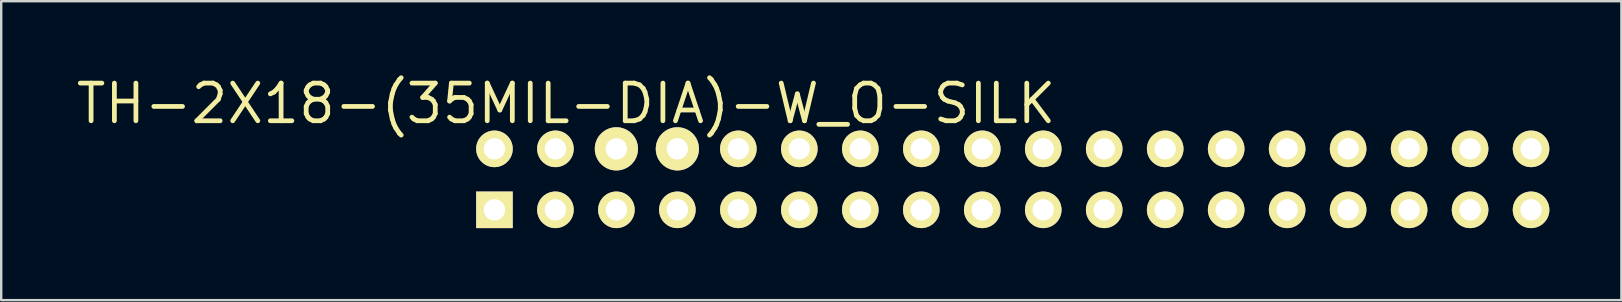
<source format=kicad_pcb>
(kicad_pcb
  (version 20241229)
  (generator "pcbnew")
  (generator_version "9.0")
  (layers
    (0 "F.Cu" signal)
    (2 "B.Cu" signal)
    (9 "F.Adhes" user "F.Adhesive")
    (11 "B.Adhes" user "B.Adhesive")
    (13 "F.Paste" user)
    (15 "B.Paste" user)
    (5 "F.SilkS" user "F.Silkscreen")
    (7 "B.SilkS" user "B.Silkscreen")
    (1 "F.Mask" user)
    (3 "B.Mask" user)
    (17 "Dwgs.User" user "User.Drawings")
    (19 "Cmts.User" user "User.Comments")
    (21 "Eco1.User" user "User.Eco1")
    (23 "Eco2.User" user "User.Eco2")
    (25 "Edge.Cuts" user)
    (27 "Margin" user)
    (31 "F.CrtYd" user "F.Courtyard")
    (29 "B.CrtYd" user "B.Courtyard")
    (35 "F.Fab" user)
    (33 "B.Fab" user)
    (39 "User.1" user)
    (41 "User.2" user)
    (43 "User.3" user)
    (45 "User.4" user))
  (footprint "TH-2X18-(35MIL-DIA)-W_O-SILK"
    (layer "F.Cu")
    (at 39.136 4.42)
    (property "Reference" "TH-2X18-(35MIL-DIA)-W_O-SILK" (at -18.605 -3.155 180) (layer "F.SilkS") (effects (font (size 1.568 1.568) (thickness 0.198))))
    (attr exclude_from_pos_files exclude_from_bom)
    (fp_line (start -21.844 -1.524) (end -21.336 -1.524) (stroke (width 0.066) (type solid)) (layer "Dwgs.User"))
    (fp_line (start -21.844 -1.016) (end -21.844 -1.524) (stroke (width 0.066) (type solid)) (layer "Dwgs.User"))
    (fp_line (start -21.844 -1.016) (end -21.336 -1.016) (stroke (width 0.066) (type solid)) (layer "Dwgs.User"))
    (fp_line (start -21.844 1.016) (end -21.336 1.016) (stroke (width 0.066) (type solid)) (layer "Dwgs.User"))
    (fp_line (start -21.844 1.524) (end -21.844 1.016) (stroke (width 0.066) (type solid)) (layer "Dwgs.User"))
    (fp_line (start -21.844 1.524) (end -21.336 1.524) (stroke (width 0.066) (type solid)) (layer "Dwgs.User"))
    (fp_line (start -21.336 -1.016) (end -21.336 -1.524) (stroke (width 0.066) (type solid)) (layer "Dwgs.User"))
    (fp_line (start -21.336 1.524) (end -21.336 1.016) (stroke (width 0.066) (type solid)) (layer "Dwgs.User"))
    (fp_line (start -19.304 -1.524) (end -18.796 -1.524) (stroke (width 0.066) (type solid)) (layer "Dwgs.User"))
    (fp_line (start -19.304 -1.016) (end -19.304 -1.524) (stroke (width 0.066) (type solid)) (layer "Dwgs.User"))
    (fp_line (start -19.304 -1.016) (end -18.796 -1.016) (stroke (width 0.066) (type solid)) (layer "Dwgs.User"))
    (fp_line (start -19.304 1.016) (end -18.796 1.016) (stroke (width 0.066) (type solid)) (layer "Dwgs.User"))
    (fp_line (start -19.304 1.524) (end -19.304 1.016) (stroke (width 0.066) (type solid)) (layer "Dwgs.User"))
    (fp_line (start -19.304 1.524) (end -18.796 1.524) (stroke (width 0.066) (type solid)) (layer "Dwgs.User"))
    (fp_line (start -18.796 -1.016) (end -18.796 -1.524) (stroke (width 0.066) (type solid)) (layer "Dwgs.User"))
    (fp_line (start -18.796 1.524) (end -18.796 1.016) (stroke (width 0.066) (type solid)) (layer "Dwgs.User"))
    (fp_line (start -16.764 -1.524) (end -16.256 -1.524) (stroke (width 0.066) (type solid)) (layer "Dwgs.User"))
    (fp_line (start -16.764 -1.016) (end -16.764 -1.524) (stroke (width 0.066) (type solid)) (layer "Dwgs.User"))
    (fp_line (start -16.764 -1.016) (end -16.256 -1.016) (stroke (width 0.066) (type solid)) (layer "Dwgs.User"))
    (fp_line (start -16.764 1.016) (end -16.256 1.016) (stroke (width 0.066) (type solid)) (layer "Dwgs.User"))
    (fp_line (start -16.764 1.524) (end -16.764 1.016) (stroke (width 0.066) (type solid)) (layer "Dwgs.User"))
    (fp_line (start -16.764 1.524) (end -16.256 1.524) (stroke (width 0.066) (type solid)) (layer "Dwgs.User"))
    (fp_line (start -16.256 -1.016) (end -16.256 -1.524) (stroke (width 0.066) (type solid)) (layer "Dwgs.User"))
    (fp_line (start -16.256 1.524) (end -16.256 1.016) (stroke (width 0.066) (type solid)) (layer "Dwgs.User"))
    (fp_line (start -14.224 -1.524) (end -13.716 -1.524) (stroke (width 0.066) (type solid)) (layer "Dwgs.User"))
    (fp_line (start -14.224 -1.016) (end -14.224 -1.524) (stroke (width 0.066) (type solid)) (layer "Dwgs.User"))
    (fp_line (start -14.224 -1.016) (end -13.716 -1.016) (stroke (width 0.066) (type solid)) (layer "Dwgs.User"))
    (fp_line (start -14.224 1.016) (end -13.716 1.016) (stroke (width 0.066) (type solid)) (layer "Dwgs.User"))
    (fp_line (start -14.224 1.524) (end -14.224 1.016) (stroke (width 0.066) (type solid)) (layer "Dwgs.User"))
    (fp_line (start -14.224 1.524) (end -13.716 1.524) (stroke (width 0.066) (type solid)) (layer "Dwgs.User"))
    (fp_line (start -13.716 -1.016) (end -13.716 -1.524) (stroke (width 0.066) (type solid)) (layer "Dwgs.User"))
    (fp_line (start -13.716 1.524) (end -13.716 1.016) (stroke (width 0.066) (type solid)) (layer "Dwgs.User"))
    (fp_line (start -11.684 -1.524) (end -11.176 -1.524) (stroke (width 0.066) (type solid)) (layer "Dwgs.User"))
    (fp_line (start -11.684 -1.016) (end -11.684 -1.524) (stroke (width 0.066) (type solid)) (layer "Dwgs.User"))
    (fp_line (start -11.684 -1.016) (end -11.176 -1.016) (stroke (width 0.066) (type solid)) (layer "Dwgs.User"))
    (fp_line (start -11.684 1.016) (end -11.176 1.016) (stroke (width 0.066) (type solid)) (layer "Dwgs.User"))
    (fp_line (start -11.684 1.524) (end -11.684 1.016) (stroke (width 0.066) (type solid)) (layer "Dwgs.User"))
    (fp_line (start -11.684 1.524) (end -11.176 1.524) (stroke (width 0.066) (type solid)) (layer "Dwgs.User"))
    (fp_line (start -11.176 -1.016) (end -11.176 -1.524) (stroke (width 0.066) (type solid)) (layer "Dwgs.User"))
    (fp_line (start -11.176 1.524) (end -11.176 1.016) (stroke (width 0.066) (type solid)) (layer "Dwgs.User"))
    (fp_line (start -9.144 -1.524) (end -8.636 -1.524) (stroke (width 0.066) (type solid)) (layer "Dwgs.User"))
    (fp_line (start -9.144 -1.016) (end -9.144 -1.524) (stroke (width 0.066) (type solid)) (layer "Dwgs.User"))
    (fp_line (start -9.144 -1.016) (end -8.636 -1.016) (stroke (width 0.066) (type solid)) (layer "Dwgs.User"))
    (fp_line (start -9.144 1.016) (end -8.636 1.016) (stroke (width 0.066) (type solid)) (layer "Dwgs.User"))
    (fp_line (start -9.144 1.524) (end -9.144 1.016) (stroke (width 0.066) (type solid)) (layer "Dwgs.User"))
    (fp_line (start -9.144 1.524) (end -8.636 1.524) (stroke (width 0.066) (type solid)) (layer "Dwgs.User"))
    (fp_line (start -8.636 -1.016) (end -8.636 -1.524) (stroke (width 0.066) (type solid)) (layer "Dwgs.User"))
    (fp_line (start -8.636 1.524) (end -8.636 1.016) (stroke (width 0.066) (type solid)) (layer "Dwgs.User"))
    (fp_line (start -6.604 -1.524) (end -6.096 -1.524) (stroke (width 0.066) (type solid)) (layer "Dwgs.User"))
    (fp_line (start -6.604 -1.016) (end -6.604 -1.524) (stroke (width 0.066) (type solid)) (layer "Dwgs.User"))
    (fp_line (start -6.604 -1.016) (end -6.096 -1.016) (stroke (width 0.066) (type solid)) (layer "Dwgs.User"))
    (fp_line (start -6.604 1.016) (end -6.096 1.016) (stroke (width 0.066) (type solid)) (layer "Dwgs.User"))
    (fp_line (start -6.604 1.524) (end -6.604 1.016) (stroke (width 0.066) (type solid)) (layer "Dwgs.User"))
    (fp_line (start -6.604 1.524) (end -6.096 1.524) (stroke (width 0.066) (type solid)) (layer "Dwgs.User"))
    (fp_line (start -6.096 -1.016) (end -6.096 -1.524) (stroke (width 0.066) (type solid)) (layer "Dwgs.User"))
    (fp_line (start -6.096 1.524) (end -6.096 1.016) (stroke (width 0.066) (type solid)) (layer "Dwgs.User"))
    (fp_line (start -4.064 -1.524) (end -3.556 -1.524) (stroke (width 0.066) (type solid)) (layer "Dwgs.User"))
    (fp_line (start -4.064 -1.016) (end -4.064 -1.524) (stroke (width 0.066) (type solid)) (layer "Dwgs.User"))
    (fp_line (start -4.064 -1.016) (end -3.556 -1.016) (stroke (width 0.066) (type solid)) (layer "Dwgs.User"))
    (fp_line (start -4.064 1.016) (end -3.556 1.016) (stroke (width 0.066) (type solid)) (layer "Dwgs.User"))
    (fp_line (start -4.064 1.524) (end -4.064 1.016) (stroke (width 0.066) (type solid)) (layer "Dwgs.User"))
    (fp_line (start -4.064 1.524) (end -3.556 1.524) (stroke (width 0.066) (type solid)) (layer "Dwgs.User"))
    (fp_line (start -3.556 -1.016) (end -3.556 -1.524) (stroke (width 0.066) (type solid)) (layer "Dwgs.User"))
    (fp_line (start -3.556 1.524) (end -3.556 1.016) (stroke (width 0.066) (type solid)) (layer "Dwgs.User"))
    (fp_line (start -1.524 -1.524) (end -1.016 -1.524) (stroke (width 0.066) (type solid)) (layer "Dwgs.User"))
    (fp_line (start -1.524 -1.016) (end -1.524 -1.524) (stroke (width 0.066) (type solid)) (layer "Dwgs.User"))
    (fp_line (start -1.524 -1.016) (end -1.016 -1.016) (stroke (width 0.066) (type solid)) (layer "Dwgs.User"))
    (fp_line (start -1.524 1.016) (end -1.016 1.016) (stroke (width 0.066) (type solid)) (layer "Dwgs.User"))
    (fp_line (start -1.524 1.524) (end -1.524 1.016) (stroke (width 0.066) (type solid)) (layer "Dwgs.User"))
    (fp_line (start -1.524 1.524) (end -1.016 1.524) (stroke (width 0.066) (type solid)) (layer "Dwgs.User"))
    (fp_line (start -1.016 -1.016) (end -1.016 -1.524) (stroke (width 0.066) (type solid)) (layer "Dwgs.User"))
    (fp_line (start -1.016 1.524) (end -1.016 1.016) (stroke (width 0.066) (type solid)) (layer "Dwgs.User"))
    (fp_line (start 1.016 -1.524) (end 1.524 -1.524) (stroke (width 0.066) (type solid)) (layer "Dwgs.User"))
    (fp_line (start 1.016 -1.016) (end 1.016 -1.524) (stroke (width 0.066) (type solid)) (layer "Dwgs.User"))
    (fp_line (start 1.016 -1.016) (end 1.524 -1.016) (stroke (width 0.066) (type solid)) (layer "Dwgs.User"))
    (fp_line (start 1.016 1.016) (end 1.524 1.016) (stroke (width 0.066) (type solid)) (layer "Dwgs.User"))
    (fp_line (start 1.016 1.524) (end 1.016 1.016) (stroke (width 0.066) (type solid)) (layer "Dwgs.User"))
    (fp_line (start 1.016 1.524) (end 1.524 1.524) (stroke (width 0.066) (type solid)) (layer "Dwgs.User"))
    (fp_line (start 1.524 -1.016) (end 1.524 -1.524) (stroke (width 0.066) (type solid)) (layer "Dwgs.User"))
    (fp_line (start 1.524 1.524) (end 1.524 1.016) (stroke (width 0.066) (type solid)) (layer "Dwgs.User"))
    (fp_line (start 3.556 -1.524) (end 4.064 -1.524) (stroke (width 0.066) (type solid)) (layer "Dwgs.User"))
    (fp_line (start 3.556 -1.016) (end 3.556 -1.524) (stroke (width 0.066) (type solid)) (layer "Dwgs.User"))
    (fp_line (start 3.556 -1.016) (end 4.064 -1.016) (stroke (width 0.066) (type solid)) (layer "Dwgs.User"))
    (fp_line (start 3.556 1.016) (end 4.064 1.016) (stroke (width 0.066) (type solid)) (layer "Dwgs.User"))
    (fp_line (start 3.556 1.524) (end 3.556 1.016) (stroke (width 0.066) (type solid)) (layer "Dwgs.User"))
    (fp_line (start 3.556 1.524) (end 4.064 1.524) (stroke (width 0.066) (type solid)) (layer "Dwgs.User"))
    (fp_line (start 4.064 -1.016) (end 4.064 -1.524) (stroke (width 0.066) (type solid)) (layer "Dwgs.User"))
    (fp_line (start 4.064 1.524) (end 4.064 1.016) (stroke (width 0.066) (type solid)) (layer "Dwgs.User"))
    (fp_line (start 6.096 -1.524) (end 6.604 -1.524) (stroke (width 0.066) (type solid)) (layer "Dwgs.User"))
    (fp_line (start 6.096 -1.016) (end 6.096 -1.524) (stroke (width 0.066) (type solid)) (layer "Dwgs.User"))
    (fp_line (start 6.096 -1.016) (end 6.604 -1.016) (stroke (width 0.066) (type solid)) (layer "Dwgs.User"))
    (fp_line (start 6.096 1.016) (end 6.604 1.016) (stroke (width 0.066) (type solid)) (layer "Dwgs.User"))
    (fp_line (start 6.096 1.524) (end 6.096 1.016) (stroke (width 0.066) (type solid)) (layer "Dwgs.User"))
    (fp_line (start 6.096 1.524) (end 6.604 1.524) (stroke (width 0.066) (type solid)) (layer "Dwgs.User"))
    (fp_line (start 6.604 -1.016) (end 6.604 -1.524) (stroke (width 0.066) (type solid)) (layer "Dwgs.User"))
    (fp_line (start 6.604 1.524) (end 6.604 1.016) (stroke (width 0.066) (type solid)) (layer "Dwgs.User"))
    (fp_line (start 8.636 -1.524) (end 9.144 -1.524) (stroke (width 0.066) (type solid)) (layer "Dwgs.User"))
    (fp_line (start 8.636 -1.016) (end 8.636 -1.524) (stroke (width 0.066) (type solid)) (layer "Dwgs.User"))
    (fp_line (start 8.636 -1.016) (end 9.144 -1.016) (stroke (width 0.066) (type solid)) (layer "Dwgs.User"))
    (fp_line (start 8.636 1.016) (end 9.144 1.016) (stroke (width 0.066) (type solid)) (layer "Dwgs.User"))
    (fp_line (start 8.636 1.524) (end 8.636 1.016) (stroke (width 0.066) (type solid)) (layer "Dwgs.User"))
    (fp_line (start 8.636 1.524) (end 9.144 1.524) (stroke (width 0.066) (type solid)) (layer "Dwgs.User"))
    (fp_line (start 9.144 -1.016) (end 9.144 -1.524) (stroke (width 0.066) (type solid)) (layer "Dwgs.User"))
    (fp_line (start 9.144 1.524) (end 9.144 1.016) (stroke (width 0.066) (type solid)) (layer "Dwgs.User"))
    (fp_line (start 11.176 -1.524) (end 11.684 -1.524) (stroke (width 0.066) (type solid)) (layer "Dwgs.User"))
    (fp_line (start 11.176 -1.016) (end 11.176 -1.524) (stroke (width 0.066) (type solid)) (layer "Dwgs.User"))
    (fp_line (start 11.176 -1.016) (end 11.684 -1.016) (stroke (width 0.066) (type solid)) (layer "Dwgs.User"))
    (fp_line (start 11.176 1.016) (end 11.684 1.016) (stroke (width 0.066) (type solid)) (layer "Dwgs.User"))
    (fp_line (start 11.176 1.524) (end 11.176 1.016) (stroke (width 0.066) (type solid)) (layer "Dwgs.User"))
    (fp_line (start 11.176 1.524) (end 11.684 1.524) (stroke (width 0.066) (type solid)) (layer "Dwgs.User"))
    (fp_line (start 11.684 -1.016) (end 11.684 -1.524) (stroke (width 0.066) (type solid)) (layer "Dwgs.User"))
    (fp_line (start 11.684 1.524) (end 11.684 1.016) (stroke (width 0.066) (type solid)) (layer "Dwgs.User"))
    (fp_line (start 13.716 -1.524) (end 14.224 -1.524) (stroke (width 0.066) (type solid)) (layer "Dwgs.User"))
    (fp_line (start 13.716 -1.016) (end 13.716 -1.524) (stroke (width 0.066) (type solid)) (layer "Dwgs.User"))
    (fp_line (start 13.716 -1.016) (end 14.224 -1.016) (stroke (width 0.066) (type solid)) (layer "Dwgs.User"))
    (fp_line (start 13.716 1.016) (end 14.224 1.016) (stroke (width 0.066) (type solid)) (layer "Dwgs.User"))
    (fp_line (start 13.716 1.524) (end 13.716 1.016) (stroke (width 0.066) (type solid)) (layer "Dwgs.User"))
    (fp_line (start 13.716 1.524) (end 14.224 1.524) (stroke (width 0.066) (type solid)) (layer "Dwgs.User"))
    (fp_line (start 14.224 -1.016) (end 14.224 -1.524) (stroke (width 0.066) (type solid)) (layer "Dwgs.User"))
    (fp_line (start 14.224 1.524) (end 14.224 1.016) (stroke (width 0.066) (type solid)) (layer "Dwgs.User"))
    (fp_line (start 16.256 -1.524) (end 16.764 -1.524) (stroke (width 0.066) (type solid)) (layer "Dwgs.User"))
    (fp_line (start 16.256 -1.016) (end 16.256 -1.524) (stroke (width 0.066) (type solid)) (layer "Dwgs.User"))
    (fp_line (start 16.256 -1.016) (end 16.764 -1.016) (stroke (width 0.066) (type solid)) (layer "Dwgs.User"))
    (fp_line (start 16.256 1.016) (end 16.764 1.016) (stroke (width 0.066) (type solid)) (layer "Dwgs.User"))
    (fp_line (start 16.256 1.524) (end 16.256 1.016) (stroke (width 0.066) (type solid)) (layer "Dwgs.User"))
    (fp_line (start 16.256 1.524) (end 16.764 1.524) (stroke (width 0.066) (type solid)) (layer "Dwgs.User"))
    (fp_line (start 16.764 -1.016) (end 16.764 -1.524) (stroke (width 0.066) (type solid)) (layer "Dwgs.User"))
    (fp_line (start 16.764 1.524) (end 16.764 1.016) (stroke (width 0.066) (type solid)) (layer "Dwgs.User"))
    (fp_line (start 18.796 -1.524) (end 19.304 -1.524) (stroke (width 0.066) (type solid)) (layer "Dwgs.User"))
    (fp_line (start 18.796 -1.016) (end 18.796 -1.524) (stroke (width 0.066) (type solid)) (layer "Dwgs.User"))
    (fp_line (start 18.796 -1.016) (end 19.304 -1.016) (stroke (width 0.066) (type solid)) (layer "Dwgs.User"))
    (fp_line (start 18.796 1.016) (end 19.304 1.016) (stroke (width 0.066) (type solid)) (layer "Dwgs.User"))
    (fp_line (start 18.796 1.524) (end 18.796 1.016) (stroke (width 0.066) (type solid)) (layer "Dwgs.User"))
    (fp_line (start 18.796 1.524) (end 19.304 1.524) (stroke (width 0.066) (type solid)) (layer "Dwgs.User"))
    (fp_line (start 19.304 -1.016) (end 19.304 -1.524) (stroke (width 0.066) (type solid)) (layer "Dwgs.User"))
    (fp_line (start 19.304 1.524) (end 19.304 1.016) (stroke (width 0.066) (type solid)) (layer "Dwgs.User"))
    (fp_line (start 21.336 -1.524) (end 21.844 -1.524) (stroke (width 0.066) (type solid)) (layer "Dwgs.User"))
    (fp_line (start 21.336 -1.016) (end 21.336 -1.524) (stroke (width 0.066) (type solid)) (layer "Dwgs.User"))
    (fp_line (start 21.336 -1.016) (end 21.844 -1.016) (stroke (width 0.066) (type solid)) (layer "Dwgs.User"))
    (fp_line (start 21.336 1.016) (end 21.844 1.016) (stroke (width 0.066) (type solid)) (layer "Dwgs.User"))
    (fp_line (start 21.336 1.524) (end 21.336 1.016) (stroke (width 0.066) (type solid)) (layer "Dwgs.User"))
    (fp_line (start 21.336 1.524) (end 21.844 1.524) (stroke (width 0.066) (type solid)) (layer "Dwgs.User"))
    (fp_line (start 21.844 -1.016) (end 21.844 -1.524) (stroke (width 0.066) (type solid)) (layer "Dwgs.User"))
    (fp_line (start 21.844 1.524) (end 21.844 1.016) (stroke (width 0.066) (type solid)) (layer "Dwgs.User"))
    (pad "1" thru_hole rect (at -21.59 1.27) (size 1.524 1.524) (drill 0.889) (layers "*.Cu" "*.Mask" "F.SilkS"))
    (pad "2" thru_hole circle (at -21.59 -1.27) (size 1.524 1.524) (drill 0.889) (layers "*.Cu" "*.Mask" "F.SilkS"))
    (pad "3" thru_hole circle (at -19.05 1.27) (size 1.524 1.524) (drill 0.889) (layers "*.Cu" "*.Mask" "F.SilkS"))
    (pad "4" thru_hole circle (at -19.05 -1.27) (size 1.524 1.524) (drill 0.889) (layers "*.Cu" "*.Mask" "F.SilkS"))
    (pad "5" thru_hole circle (at -16.51 1.27) (size 1.524 1.524) (drill 0.889) (layers "*.Cu" "*.Mask" "F.SilkS"))
    (pad "6" thru_hole circle (at -16.51 -1.27) (size 1.8 1.8) (drill 0.889) (layers "*.Cu" "*.Mask" "F.SilkS"))
    (pad "7" thru_hole circle (at -13.97 1.27) (size 1.524 1.524) (drill 0.889) (layers "*.Cu" "*.Mask" "F.SilkS"))
    (pad "8" thru_hole circle (at -13.97 -1.27) (size 1.8 1.8) (drill 0.889) (layers "*.Cu" "*.Mask" "F.SilkS"))
    (pad "9" thru_hole circle (at -11.43 1.27) (size 1.524 1.524) (drill 0.889) (layers "*.Cu" "*.Mask" "F.SilkS"))
    (pad "10" thru_hole circle (at -11.43 -1.27) (size 1.524 1.524) (drill 0.889) (layers "*.Cu" "*.Mask" "F.SilkS"))
    (pad "11" thru_hole circle (at -8.89 1.27) (size 1.524 1.524) (drill 0.889) (layers "*.Cu" "*.Mask" "F.SilkS"))
    (pad "12" thru_hole circle (at -8.89 -1.27) (size 1.524 1.524) (drill 0.889) (layers "*.Cu" "*.Mask" "F.SilkS"))
    (pad "13" thru_hole circle (at -6.35 1.27) (size 1.524 1.524) (drill 0.889) (layers "*.Cu" "*.Mask" "F.SilkS"))
    (pad "14" thru_hole circle (at -6.35 -1.27) (size 1.524 1.524) (drill 0.889) (layers "*.Cu" "*.Mask" "F.SilkS"))
    (pad "15" thru_hole circle (at -3.81 1.27) (size 1.524 1.524) (drill 0.889) (layers "*.Cu" "*.Mask" "F.SilkS"))
    (pad "16" thru_hole circle (at -3.81 -1.27) (size 1.524 1.524) (drill 0.889) (layers "*.Cu" "*.Mask" "F.SilkS"))
    (pad "17" thru_hole circle (at -1.27 1.27) (size 1.524 1.524) (drill 0.889) (layers "*.Cu" "*.Mask" "F.SilkS"))
    (pad "18" thru_hole circle (at -1.27 -1.27) (size 1.524 1.524) (drill 0.889) (layers "*.Cu" "*.Mask" "F.SilkS"))
    (pad "19" thru_hole circle (at 1.27 1.27) (size 1.524 1.524) (drill 0.889) (layers "*.Cu" "*.Mask" "F.SilkS"))
    (pad "20" thru_hole circle (at 1.27 -1.27) (size 1.524 1.524) (drill 0.889) (layers "*.Cu" "*.Mask" "F.SilkS"))
    (pad "21" thru_hole circle (at 3.81 1.27) (size 1.524 1.524) (drill 0.889) (layers "*.Cu" "*.Mask" "F.SilkS"))
    (pad "22" thru_hole circle (at 3.81 -1.27) (size 1.524 1.524) (drill 0.889) (layers "*.Cu" "*.Mask" "F.SilkS"))
    (pad "23" thru_hole circle (at 6.35 1.27) (size 1.524 1.524) (drill 0.889) (layers "*.Cu" "*.Mask" "F.SilkS"))
    (pad "24" thru_hole circle (at 6.35 -1.27) (size 1.524 1.524) (drill 0.889) (layers "*.Cu" "*.Mask" "F.SilkS"))
    (pad "25" thru_hole circle (at 8.89 1.27) (size 1.524 1.524) (drill 0.889) (layers "*.Cu" "*.Mask" "F.SilkS"))
    (pad "26" thru_hole circle (at 8.89 -1.27) (size 1.524 1.524) (drill 0.889) (layers "*.Cu" "*.Mask" "F.SilkS"))
    (pad "27" thru_hole circle (at 11.43 1.27) (size 1.524 1.524) (drill 0.889) (layers "*.Cu" "*.Mask" "F.SilkS"))
    (pad "28" thru_hole circle (at 11.43 -1.27) (size 1.524 1.524) (drill 0.889) (layers "*.Cu" "*.Mask" "F.SilkS"))
    (pad "29" thru_hole circle (at 13.97 1.27) (size 1.524 1.524) (drill 0.889) (layers "*.Cu" "*.Mask" "F.SilkS"))
    (pad "30" thru_hole circle (at 13.97 -1.27) (size 1.524 1.524) (drill 0.889) (layers "*.Cu" "*.Mask" "F.SilkS"))
    (pad "31" thru_hole circle (at 16.51 1.27) (size 1.524 1.524) (drill 0.889) (layers "*.Cu" "*.Mask" "F.SilkS"))
    (pad "32" thru_hole circle (at 16.51 -1.27) (size 1.524 1.524) (drill 0.889) (layers "*.Cu" "*.Mask" "F.SilkS"))
    (pad "33" thru_hole circle (at 19.05 1.27) (size 1.524 1.524) (drill 0.889) (layers "*.Cu" "*.Mask" "F.SilkS"))
    (pad "34" thru_hole circle (at 19.05 -1.27) (size 1.524 1.524) (drill 0.889) (layers "*.Cu" "*.Mask" "F.SilkS"))
    (pad "35" thru_hole circle (at 21.59 1.27) (size 1.524 1.524) (drill 0.889) (layers "*.Cu" "*.Mask" "F.SilkS"))
    (pad "36" thru_hole circle (at 21.59 -1.27) (size 1.524 1.524) (drill 0.889) (layers "*.Cu" "*.Mask" "F.SilkS")))
  (gr_rect
    (start -3 -3)
    (end 64.488 9.452)
    (stroke (width 0.1) (type default))
    (fill no)
    (layer "Edge.Cuts")))
</source>
